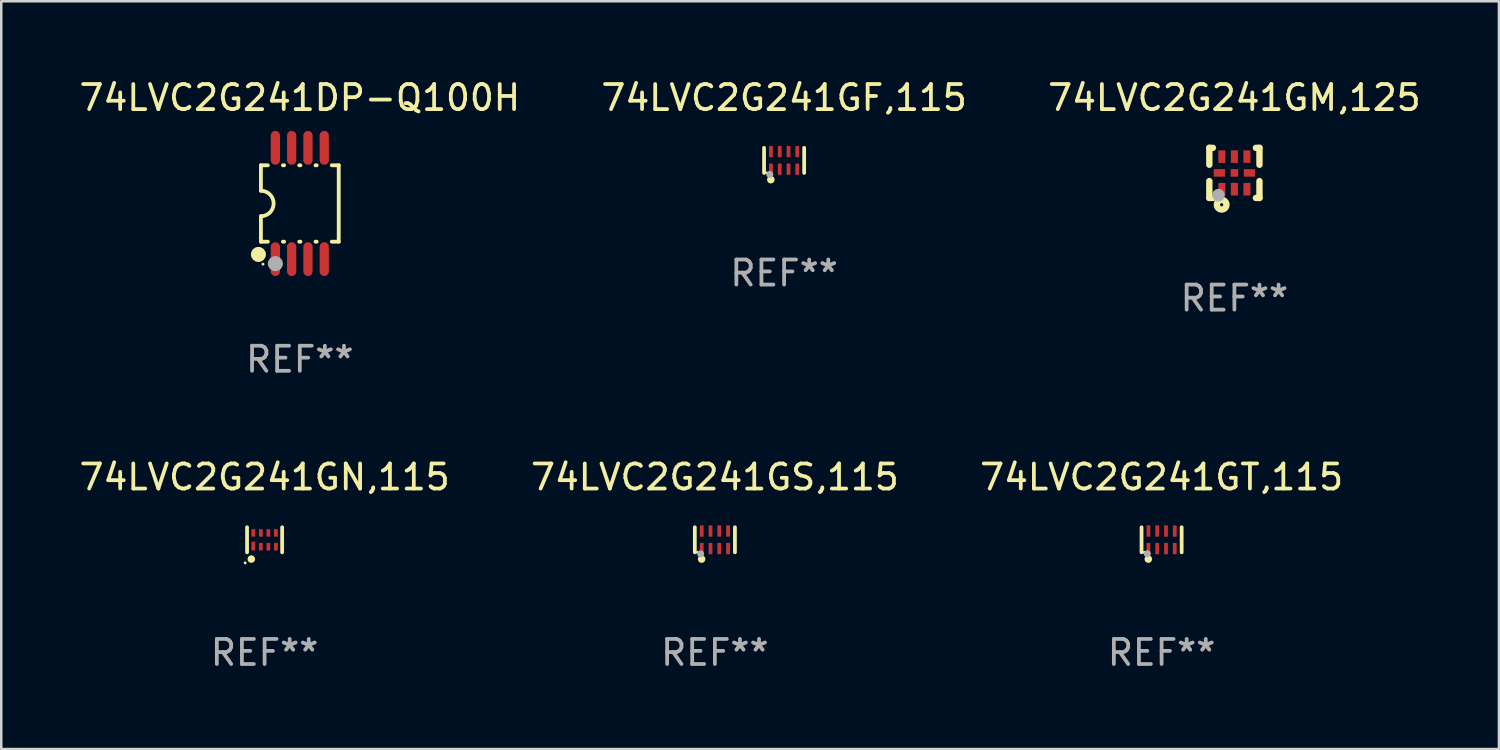
<source format=kicad_pcb>
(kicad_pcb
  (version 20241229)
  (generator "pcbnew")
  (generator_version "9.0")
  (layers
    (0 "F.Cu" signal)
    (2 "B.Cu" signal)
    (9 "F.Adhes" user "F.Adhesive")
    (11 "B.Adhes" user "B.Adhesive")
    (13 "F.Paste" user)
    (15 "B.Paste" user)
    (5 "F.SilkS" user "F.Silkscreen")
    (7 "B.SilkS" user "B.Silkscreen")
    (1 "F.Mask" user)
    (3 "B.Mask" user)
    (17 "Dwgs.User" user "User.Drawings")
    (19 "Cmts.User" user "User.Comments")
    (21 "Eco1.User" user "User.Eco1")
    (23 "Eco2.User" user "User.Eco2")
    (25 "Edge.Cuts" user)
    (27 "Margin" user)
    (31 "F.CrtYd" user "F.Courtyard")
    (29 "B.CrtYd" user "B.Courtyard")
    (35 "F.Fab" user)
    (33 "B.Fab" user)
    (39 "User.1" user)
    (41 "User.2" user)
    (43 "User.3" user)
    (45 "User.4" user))
  (footprint "74LVC2G241DP-Q100H"
    (layer "F.Cu")
    (at 8.911 5.068)
    (property "Reference" "74LVC2G241DP-Q100H" (at 0 -4.22 0) (layer "F.SilkS") (effects (font (size 1 1) (thickness 0.15))))
    (attr through_hole)
    (fp_line (start -1.552 -1.524) (end -1.276 -1.524) (stroke (width 0.152) (type solid)) (layer "F.SilkS"))
    (fp_line (start -1.552 -0.508) (end -1.552 -1.524) (stroke (width 0.152) (type solid)) (layer "F.SilkS"))
    (fp_line (start -1.552 1.524) (end -1.552 0.508) (stroke (width 0.152) (type solid)) (layer "F.SilkS"))
    (fp_line (start -1.552 1.524) (end -1.276 1.524) (stroke (width 0.152) (type solid)) (layer "F.SilkS"))
    (fp_line (start -0.674 -1.524) (end -0.626 -1.524) (stroke (width 0.152) (type solid)) (layer "F.SilkS"))
    (fp_line (start -0.674 1.524) (end -0.626 1.524) (stroke (width 0.152) (type solid)) (layer "F.SilkS"))
    (fp_line (start -0.024 -1.524) (end 0.024 -1.524) (stroke (width 0.152) (type solid)) (layer "F.SilkS"))
    (fp_line (start -0.024 1.524) (end 0.024 1.524) (stroke (width 0.152) (type solid)) (layer "F.SilkS"))
    (fp_line (start 0.626 -1.524) (end 0.674 -1.524) (stroke (width 0.152) (type solid)) (layer "F.SilkS"))
    (fp_line (start 0.626 1.524) (end 0.674 1.524) (stroke (width 0.152) (type solid)) (layer "F.SilkS"))
    (fp_line (start 1.276 1.524) (end 1.552 1.524) (stroke (width 0.152) (type solid)) (layer "F.SilkS"))
    (fp_line (start 1.276 -1.524) (end 1.552 -1.524) (stroke (width 0.152) (type solid)) (layer "F.SilkS"))
    (fp_line (start 1.552 -1.524) (end 1.552 1.524) (stroke (width 0.152) (type solid)) (layer "F.SilkS"))
    (fp_arc (start -1.551943 -0.508001) (mid -1.043942 0) (end -1.551943 0.508001) (stroke (width 0.151994) (type solid)) (layer "F.SilkS"))
    (fp_circle (center -1.651 2.032) (end -1.501 2.032) (stroke (width 0.3) (type solid)) (fill no) (layer "F.SilkS"))
    (fp_circle (center -1.47 2.42) (end -1.44 2.42) (stroke (width 0.06) (type solid)) (fill no) (layer "F.SilkS"))
    (fp_circle (center -0.975 2.4) (end -0.825 2.4) (stroke (width 0.3) (type solid)) (fill no) (layer "F.Fab"))
    (fp_text user "REF**" (at 0 6.22 0) (layer "F.Fab") (effects (font (size 1 1) (thickness 0.15))))
    (pad "1" smd oval (at -0.975 2.22) (size 0.37 1.35) (layers "F.Cu" "F.Mask" "F.Paste"))
    (pad "2" smd oval (at -0.325 2.22) (size 0.37 1.35) (layers "F.Cu" "F.Mask" "F.Paste"))
    (pad "3" smd oval (at 0.325 2.22) (size 0.37 1.35) (layers "F.Cu" "F.Mask" "F.Paste"))
    (pad "4" smd oval (at 0.975 2.22) (size 0.37 1.35) (layers "F.Cu" "F.Mask" "F.Paste"))
    (pad "5" smd oval (at 0.975 -2.22) (size 0.37 1.35) (layers "F.Cu" "F.Mask" "F.Paste"))
    (pad "6" smd oval (at 0.325 -2.22) (size 0.37 1.35) (layers "F.Cu" "F.Mask" "F.Paste"))
    (pad "7" smd oval (at -0.325 -2.22) (size 0.37 1.35) (layers "F.Cu" "F.Mask" "F.Paste"))
    (pad "8" smd oval (at -0.975 -2.22) (size 0.37 1.35) (layers "F.Cu" "F.Mask" "F.Paste")))
  (footprint "74LVC2G241GM,125"
    (layer "F.Cu")
    (at 46.196 3.848)
    (property "Reference" "74LVC2G241GM,125" (at 0 -3 0) (layer "F.SilkS") (effects (font (size 1 1) (thickness 0.15))))
    (attr through_hole)
    (fp_line (start -1 -1) (end -0.858 -1) (stroke (width 0.254) (type solid)) (layer "F.SilkS"))
    (fp_line (start -1 -0.325) (end -1 -1) (stroke (width 0.254) (type solid)) (layer "F.SilkS"))
    (fp_line (start -1 1) (end -1 0.325) (stroke (width 0.254) (type solid)) (layer "F.SilkS"))
    (fp_line (start -0.858 1) (end -1 1) (stroke (width 0.254) (type solid)) (layer "F.SilkS"))
    (fp_line (start 0.858 -1) (end 1 -1) (stroke (width 0.254) (type solid)) (layer "F.SilkS"))
    (fp_line (start 1 -1) (end 1 -0.325) (stroke (width 0.254) (type solid)) (layer "F.SilkS"))
    (fp_line (start 1 0.325) (end 1 1) (stroke (width 0.254) (type solid)) (layer "F.SilkS"))
    (fp_line (start 1 1) (end 0.858 1) (stroke (width 0.254) (type solid)) (layer "F.SilkS"))
    (fp_circle (center -0.8 0.8) (end -0.77 0.8) (stroke (width 0.06) (type solid)) (fill no) (layer "F.SilkS"))
    (fp_circle (center -0.508 1.27) (end -0.444 1.27) (stroke (width 0.254) (type solid)) (fill no) (layer "F.SilkS"))
    (fp_circle (center -0.635 0.889) (end -0.508 0.889) (stroke (width 0.254) (type solid)) (fill no) (layer "F.Fab"))
    (fp_text user "REF**" (at 0 5 0) (layer "F.Fab") (effects (font (size 1 1) (thickness 0.15))))
    (pad "1" smd rect (at -0.5 0.65 90) (size 0.5 0.28) (layers "F.Cu" "F.Mask" "F.Paste"))
    (pad "2" smd rect (at 0.000013 0.65 90) (size 0.5 0.28) (layers "F.Cu" "F.Mask" "F.Paste"))
    (pad "3" smd rect (at 0.5 0.65 90) (size 0.5 0.28) (layers "F.Cu" "F.Mask" "F.Paste"))
    (pad "4" smd rect (at 0.6 0.000076 180) (size 0.45 0.3) (layers "F.Cu" "F.Mask" "F.Paste"))
    (pad "5" smd rect (at 0.5 -0.65 90) (size 0.5 0.28) (layers "F.Cu" "F.Mask" "F.Paste"))
    (pad "6" smd rect (at 0.000013 -0.65 90) (size 0.5 0.28) (layers "F.Cu" "F.Mask" "F.Paste"))
    (pad "7" smd rect (at -0.5 -0.65 90) (size 0.5 0.28) (layers "F.Cu" "F.Mask" "F.Paste"))
    (pad "8" smd rect (at -0.6 0.000076 180) (size 0.45 0.3) (layers "F.Cu" "F.Mask" "F.Paste"))
    (pad "9" smd rect (at 0.000013 0.000076 180) (size 0.3 0.3) (layers "F.Cu" "F.Mask" "F.Paste")))
  (footprint "74LVC2G241GF,115"
    (layer "F.Cu")
    (at 28.232 3.348)
    (property "Reference" "74LVC2G241GF,115" (at 0 -2.5 0) (layer "F.SilkS") (effects (font (size 1 1) (thickness 0.15))))
    (attr through_hole)
    (fp_line (start -0.8 -0.5) (end -0.8 0.5) (stroke (width 0.15) (type solid)) (layer "F.SilkS"))
    (fp_line (start 0.8 -0.5) (end 0.8 0.5) (stroke (width 0.15) (type solid)) (layer "F.SilkS"))
    (fp_circle (center -0.7 0.5) (end -0.67 0.5) (stroke (width 0.06) (type solid)) (fill no) (layer "F.SilkS"))
    (fp_circle (center -0.53 0.77) (end -0.454 0.77) (stroke (width 0.15) (type solid)) (fill no) (layer "F.SilkS"))
    (fp_circle (center -0.57 0.56) (end -0.5 0.56) (stroke (width 0.14) (type solid)) (fill no) (layer "F.Fab"))
    (fp_text user "REF**" (at 0 4.5 0) (layer "F.Fab") (effects (font (size 1 1) (thickness 0.15))))
    (pad "1" smd rect (at -0.525 0.35) (size 0.15 0.45) (layers "F.Cu" "F.Mask" "F.Paste"))
    (pad "2" smd rect (at -0.175 0.35) (size 0.15 0.45) (layers "F.Cu" "F.Mask" "F.Paste"))
    (pad "3" smd rect (at 0.175 0.35) (size 0.15 0.45) (layers "F.Cu" "F.Mask" "F.Paste"))
    (pad "4" smd rect (at 0.525 0.35) (size 0.15 0.45) (layers "F.Cu" "F.Mask" "F.Paste"))
    (pad "5" smd rect (at 0.525 -0.35) (size 0.15 0.45) (layers "F.Cu" "F.Mask" "F.Paste"))
    (pad "6" smd rect (at 0.175 -0.35) (size 0.15 0.45) (layers "F.Cu" "F.Mask" "F.Paste"))
    (pad "7" smd rect (at -0.175 -0.35) (size 0.15 0.45) (layers "F.Cu" "F.Mask" "F.Paste"))
    (pad "8" smd rect (at -0.525 -0.35) (size 0.15 0.45) (layers "F.Cu" "F.Mask" "F.Paste")))
  (footprint "74LVC2G241GT,115"
    (layer "F.Cu")
    (at 43.292 18.485)
    (property "Reference" "74LVC2G241GT,115" (at 0 -2.5 0) (layer "F.SilkS") (effects (font (size 1 1) (thickness 0.15))))
    (attr through_hole)
    (fp_line (start -0.8 -0.5) (end -0.8 0.5) (stroke (width 0.15) (type solid)) (layer "F.SilkS"))
    (fp_line (start 0.8 -0.5) (end 0.8 0.5) (stroke (width 0.15) (type solid)) (layer "F.SilkS"))
    (fp_circle (center -0.7 0.5) (end -0.67 0.5) (stroke (width 0.06) (type solid)) (fill no) (layer "F.SilkS"))
    (fp_circle (center -0.53 0.77) (end -0.454 0.77) (stroke (width 0.15) (type solid)) (fill no) (layer "F.SilkS"))
    (fp_circle (center -0.57 0.56) (end -0.5 0.56) (stroke (width 0.14) (type solid)) (fill no) (layer "F.Fab"))
    (fp_text user "REF**" (at 0 4.5 0) (layer "F.Fab") (effects (font (size 1 1) (thickness 0.15))))
    (pad "1" smd rect (at -0.525 0.35) (size 0.15 0.45) (layers "F.Cu" "F.Mask" "F.Paste"))
    (pad "2" smd rect (at -0.175 0.35) (size 0.15 0.45) (layers "F.Cu" "F.Mask" "F.Paste"))
    (pad "3" smd rect (at 0.175 0.35) (size 0.15 0.45) (layers "F.Cu" "F.Mask" "F.Paste"))
    (pad "4" smd rect (at 0.525 0.35) (size 0.15 0.45) (layers "F.Cu" "F.Mask" "F.Paste"))
    (pad "5" smd rect (at 0.525 -0.35) (size 0.15 0.45) (layers "F.Cu" "F.Mask" "F.Paste"))
    (pad "6" smd rect (at 0.175 -0.35) (size 0.15 0.45) (layers "F.Cu" "F.Mask" "F.Paste"))
    (pad "7" smd rect (at -0.175 -0.35) (size 0.15 0.45) (layers "F.Cu" "F.Mask" "F.Paste"))
    (pad "8" smd rect (at -0.525 -0.35) (size 0.15 0.45) (layers "F.Cu" "F.Mask" "F.Paste")))
  (footprint "74LVC2G241GS,115"
    (layer "F.Cu")
    (at 25.47 18.485)
    (property "Reference" "74LVC2G241GS,115" (at 0 -2.5 0) (layer "F.SilkS") (effects (font (size 1 1) (thickness 0.15))))
    (attr through_hole)
    (fp_line (start -0.8 -0.5) (end -0.8 0.5) (stroke (width 0.15) (type solid)) (layer "F.SilkS"))
    (fp_line (start 0.8 -0.5) (end 0.8 0.5) (stroke (width 0.15) (type solid)) (layer "F.SilkS"))
    (fp_circle (center -0.7 0.5) (end -0.67 0.5) (stroke (width 0.06) (type solid)) (fill no) (layer "F.SilkS"))
    (fp_circle (center -0.53 0.77) (end -0.454 0.77) (stroke (width 0.15) (type solid)) (fill no) (layer "F.SilkS"))
    (fp_circle (center -0.57 0.56) (end -0.5 0.56) (stroke (width 0.14) (type solid)) (fill no) (layer "F.Fab"))
    (fp_text user "REF**" (at 0 4.5 0) (layer "F.Fab") (effects (font (size 1 1) (thickness 0.15))))
    (pad "1" smd rect (at -0.525 0.35) (size 0.15 0.45) (layers "F.Cu" "F.Mask" "F.Paste"))
    (pad "2" smd rect (at -0.175 0.35) (size 0.15 0.45) (layers "F.Cu" "F.Mask" "F.Paste"))
    (pad "3" smd rect (at 0.175 0.35) (size 0.15 0.45) (layers "F.Cu" "F.Mask" "F.Paste"))
    (pad "4" smd rect (at 0.525 0.35) (size 0.15 0.45) (layers "F.Cu" "F.Mask" "F.Paste"))
    (pad "5" smd rect (at 0.525 -0.35) (size 0.15 0.45) (layers "F.Cu" "F.Mask" "F.Paste"))
    (pad "6" smd rect (at 0.175 -0.35) (size 0.15 0.45) (layers "F.Cu" "F.Mask" "F.Paste"))
    (pad "7" smd rect (at -0.175 -0.35) (size 0.15 0.45) (layers "F.Cu" "F.Mask" "F.Paste"))
    (pad "8" smd rect (at -0.525 -0.35) (size 0.15 0.45) (layers "F.Cu" "F.Mask" "F.Paste")))
  (footprint "74LVC2G241GN,115"
    (layer "F.Cu")
    (at 7.506 18.485)
    (property "Reference" "74LVC2G241GN,115" (at 0 -2.5 0) (layer "F.SilkS") (effects (font (size 1 1) (thickness 0.15))))
    (attr through_hole)
    (fp_line (start -0.7 -0.5) (end -0.7 0.5) (stroke (width 0.15) (type solid)) (layer "F.SilkS"))
    (fp_line (start 0.7 -0.5) (end 0.7 0.5) (stroke (width 0.15) (type solid)) (layer "F.SilkS"))
    (fp_circle (center -0.775 0.922) (end -0.745 0.922) (stroke (width 0.06) (type solid)) (fill no) (layer "F.SilkS"))
    (fp_circle (center -0.53 0.77) (end -0.454 0.77) (stroke (width 0.15) (type solid)) (fill no) (layer "F.SilkS"))
    (fp_text user "REF**" (at 0 4.5 0) (layer "F.Fab") (effects (font (size 1 1) (thickness 0.15))))
    (pad "1" smd rect (at -0.45 0.25) (size 0.15 0.35) (layers "F.Cu" "F.Mask" "F.Paste"))
    (pad "2" smd rect (at -0.15 0.275) (size 0.15 0.3) (layers "F.Cu" "F.Mask" "F.Paste"))
    (pad "3" smd rect (at 0.15 0.275) (size 0.15 0.3) (layers "F.Cu" "F.Mask" "F.Paste"))
    (pad "4" smd rect (at 0.45 0.275) (size 0.15 0.3) (layers "F.Cu" "F.Mask" "F.Paste"))
    (pad "5" smd rect (at 0.45 -0.275) (size 0.15 0.3) (layers "F.Cu" "F.Mask" "F.Paste"))
    (pad "6" smd rect (at 0.15 -0.275) (size 0.15 0.3) (layers "F.Cu" "F.Mask" "F.Paste"))
    (pad "7" smd rect (at -0.15 -0.275) (size 0.15 0.3) (layers "F.Cu" "F.Mask" "F.Paste"))
    (pad "8" smd rect (at -0.45 -0.275) (size 0.15 0.3) (layers "F.Cu" "F.Mask" "F.Paste")))
  (gr_rect
    (start -3 -3)
    (end 56.75 26.833)
    (stroke (width 0.1) (type default))
    (fill no)
    (layer "Edge.Cuts")))
</source>
